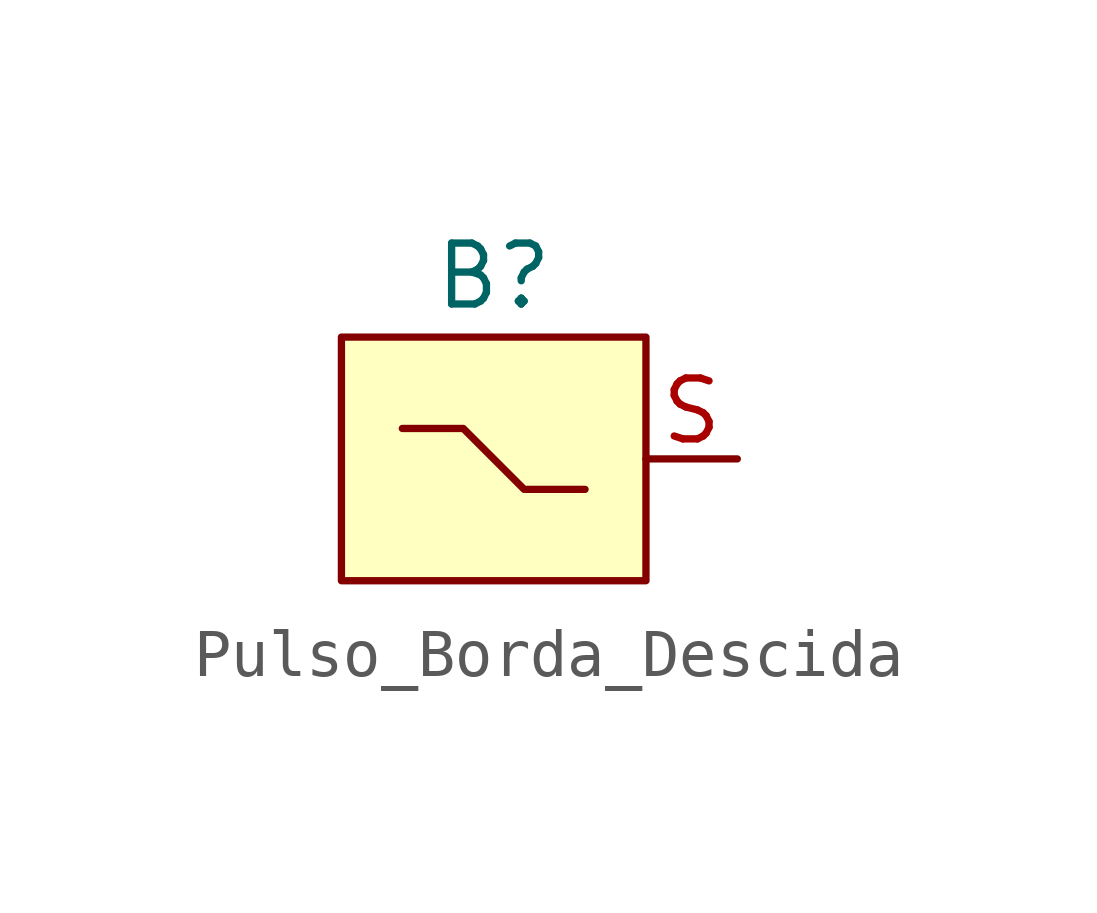
<source format=kicad_sym>
(kicad_symbol_lib
  (version 20211014)
  (generator kicad_symbol_editor)
  (symbol "Pulso_Borda_Descida"
    (pin_names
      (offset 1.016))
    (property "Reference" "B"
      (at 0 3.81 0)
      (effects (font (size 1.27 1.27))))
    (symbol "Pulso_Borda_Descida_0_1"
      (polyline (pts (xy 1.905 -0.635) (xy 0.635 -0.635) (xy -0.635 0.635) (xy -1.905 0.635)) (stroke (width 0) (type default) (color 0 0 0 0)) (fill (type none)))
      (polyline (pts (xy -3.175 2.54) (xy -3.175 -2.54) (xy 3.175 -2.54) (xy 3.175 2.54) (xy -3.175 2.54)) (stroke (width 0) (type default) (color 0 0 0 0)) (fill (type background))))
    (symbol "Pulso_Borda_Descida_1_1"
      (pin output line (at 5.08 0 180) (length 1.905) (name "~" (effects (font (size 1.27 1.27)))) (number "S" (effects (font (size 1.27 1.27))))))))
</source>
